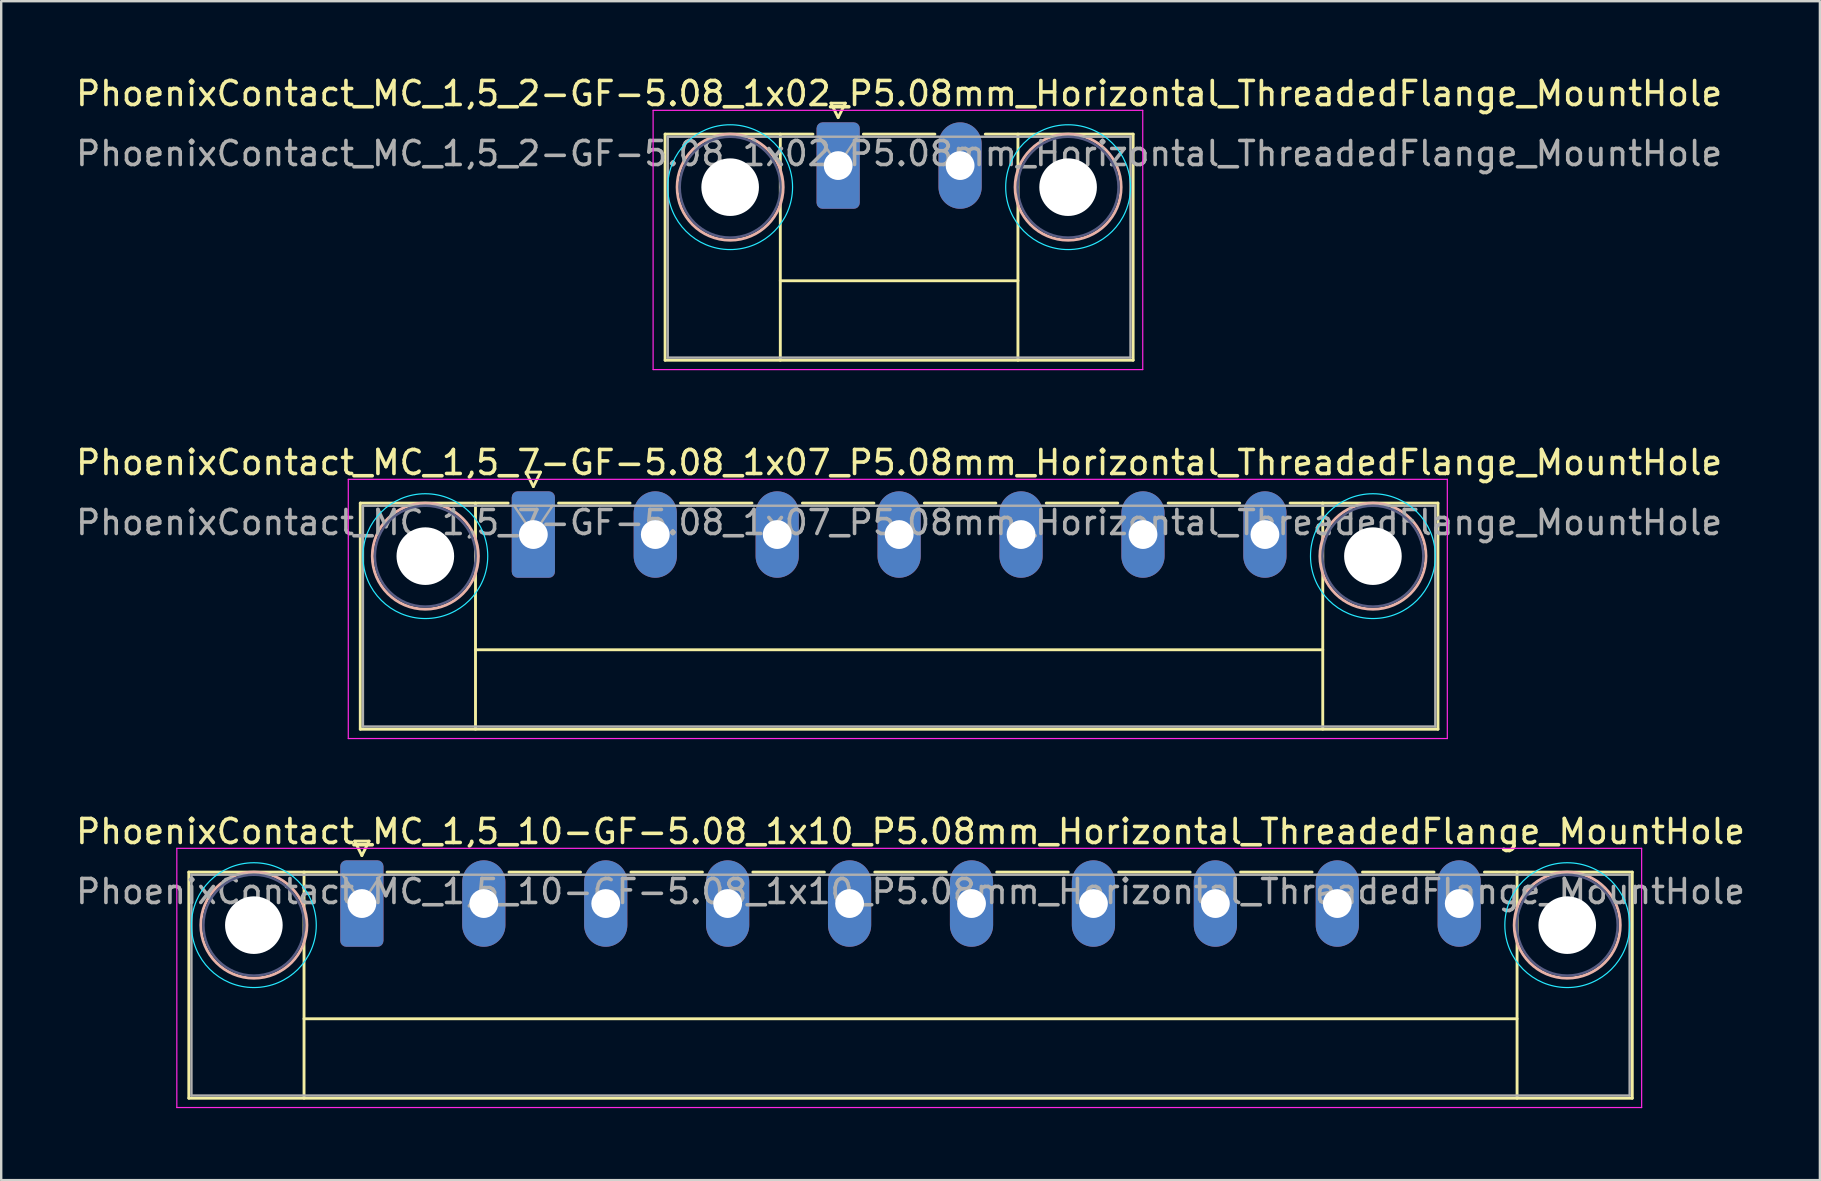
<source format=kicad_pcb>
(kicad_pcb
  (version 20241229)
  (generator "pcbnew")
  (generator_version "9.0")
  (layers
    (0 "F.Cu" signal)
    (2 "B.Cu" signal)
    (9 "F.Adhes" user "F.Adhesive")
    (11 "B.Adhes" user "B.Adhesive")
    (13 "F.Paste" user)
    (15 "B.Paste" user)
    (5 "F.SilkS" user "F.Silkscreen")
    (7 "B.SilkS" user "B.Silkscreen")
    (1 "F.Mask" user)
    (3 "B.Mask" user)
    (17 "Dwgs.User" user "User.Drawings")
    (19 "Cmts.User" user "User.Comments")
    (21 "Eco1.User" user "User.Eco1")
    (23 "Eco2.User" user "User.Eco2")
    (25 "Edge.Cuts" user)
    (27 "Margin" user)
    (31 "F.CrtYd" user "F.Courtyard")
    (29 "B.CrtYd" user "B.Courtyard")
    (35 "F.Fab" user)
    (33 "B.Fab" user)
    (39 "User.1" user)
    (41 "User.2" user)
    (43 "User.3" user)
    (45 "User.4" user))
  (footprint "PhoenixContact_MC_1,5_7-GF-5.08_1x07_P5.08mm_Horizontal_ThreadedFlange_MountHole"
    (layer "F.Cu")
    (at 19.171 19.221)
    (property "Reference" "PhoenixContact_MC_1,5_7-GF-5.08_1x07_P5.08mm_Horizontal_ThreadedFlange_MountHole" (at 15.24 -3 0) (layer "F.SilkS") (effects (font (size 1 1) (thickness 0.15))))
    (attr through_hole)
    (fp_line (start -7.21 -1.31) (end -7.21 8.11) (stroke (width 0.12) (type solid)) (layer "F.SilkS"))
    (fp_line (start -7.21 -1.31) (end -1.05 -1.31) (stroke (width 0.12) (type solid)) (layer "F.SilkS"))
    (fp_line (start -7.21 8.11) (end 37.69 8.11) (stroke (width 0.12) (type solid)) (layer "F.SilkS"))
    (fp_line (start -2.41 -1.31) (end -2.41 8.11) (stroke (width 0.12) (type solid)) (layer "F.SilkS"))
    (fp_line (start -2.41 4.8) (end 32.89 4.8) (stroke (width 0.12) (type solid)) (layer "F.SilkS"))
    (fp_line (start -0.3 -2.6) (end 0.3 -2.6) (stroke (width 0.12) (type solid)) (layer "F.SilkS"))
    (fp_line (start 0 -2) (end -0.3 -2.6) (stroke (width 0.12) (type solid)) (layer "F.SilkS"))
    (fp_line (start 0.3 -2.6) (end 0 -2) (stroke (width 0.12) (type solid)) (layer "F.SilkS"))
    (fp_line (start 1.05 -1.31) (end 4.03 -1.31) (stroke (width 0.12) (type solid)) (layer "F.SilkS"))
    (fp_line (start 6.13 -1.31) (end 9.11 -1.31) (stroke (width 0.12) (type solid)) (layer "F.SilkS"))
    (fp_line (start 11.21 -1.31) (end 14.19 -1.31) (stroke (width 0.12) (type solid)) (layer "F.SilkS"))
    (fp_line (start 16.29 -1.31) (end 19.27 -1.31) (stroke (width 0.12) (type solid)) (layer "F.SilkS"))
    (fp_line (start 21.37 -1.31) (end 24.35 -1.31) (stroke (width 0.12) (type solid)) (layer "F.SilkS"))
    (fp_line (start 26.45 -1.31) (end 29.43 -1.31) (stroke (width 0.12) (type solid)) (layer "F.SilkS"))
    (fp_line (start 32.89 -1.31) (end 32.89 8.11) (stroke (width 0.12) (type solid)) (layer "F.SilkS"))
    (fp_line (start 37.69 -1.31) (end 31.53 -1.31) (stroke (width 0.12) (type solid)) (layer "F.SilkS"))
    (fp_line (start 37.69 8.11) (end 37.69 -1.31) (stroke (width 0.12) (type solid)) (layer "F.SilkS"))
    (fp_circle (center -4.5 0.9) (end -2.29 0.9) (stroke (width 0.12) (type solid)) (fill no) (layer "B.SilkS"))
    (fp_circle (center 34.98 0.9) (end 37.19 0.9) (stroke (width 0.12) (type solid)) (fill no) (layer "B.SilkS"))
    (fp_circle (center -4.5 0.9) (end -1.9 0.9) (stroke (width 0.05) (type solid)) (fill no) (layer "B.CrtYd"))
    (fp_circle (center 34.98 0.9) (end 37.58 0.9) (stroke (width 0.05) (type solid)) (fill no) (layer "B.CrtYd"))
    (fp_line (start -7.71 -2.3) (end -7.71 8.5) (stroke (width 0.05) (type solid)) (layer "F.CrtYd"))
    (fp_line (start -7.71 8.5) (end 38.08 8.5) (stroke (width 0.05) (type solid)) (layer "F.CrtYd"))
    (fp_line (start 38.08 -2.3) (end -7.71 -2.3) (stroke (width 0.05) (type solid)) (layer "F.CrtYd"))
    (fp_line (start 38.08 8.5) (end 38.08 -2.3) (stroke (width 0.05) (type solid)) (layer "F.CrtYd"))
    (fp_circle (center -4.5 0.9) (end -2.4 0.9) (stroke (width 0.1) (type solid)) (fill no) (layer "B.Fab"))
    (fp_circle (center 34.98 0.9) (end 37.08 0.9) (stroke (width 0.1) (type solid)) (fill no) (layer "B.Fab"))
    (fp_line (start -7.1 -1.2) (end -7.1 8) (stroke (width 0.1) (type solid)) (layer "F.Fab"))
    (fp_line (start -7.1 8) (end 37.58 8) (stroke (width 0.1) (type solid)) (layer "F.Fab"))
    (fp_line (start 0 0) (end -0.8 -1.2) (stroke (width 0.1) (type solid)) (layer "F.Fab"))
    (fp_line (start 0.8 -1.2) (end 0 0) (stroke (width 0.1) (type solid)) (layer "F.Fab"))
    (fp_line (start 37.58 -1.2) (end -7.1 -1.2) (stroke (width 0.1) (type solid)) (layer "F.Fab"))
    (fp_line (start 37.58 8) (end 37.58 -1.2) (stroke (width 0.1) (type solid)) (layer "F.Fab"))
    (fp_text user "${REFERENCE}" (at 15.24 -0.5 0) (layer "F.Fab") (effects (font (size 1 1) (thickness 0.15))))
    (pad "" np_thru_hole circle (at -4.5 0.9) (size 2.4 2.4) (drill 2.4) (layers "*.Cu" "*.Mask"))
    (pad "" np_thru_hole circle (at 34.98 0.9) (size 2.4 2.4) (drill 2.4) (layers "*.Cu" "*.Mask"))
    (pad "1" thru_hole roundrect (at 0 0) (size 1.8 3.6) (drill 1.2) (layers "*.Cu" "*.Mask") (roundrect_rratio 0.139))
    (pad "2" thru_hole oval (at 5.08 0) (size 1.8 3.6) (drill 1.2) (layers "*.Cu" "*.Mask"))
    (pad "3" thru_hole oval (at 10.16 0) (size 1.8 3.6) (drill 1.2) (layers "*.Cu" "*.Mask"))
    (pad "4" thru_hole oval (at 15.24 0) (size 1.8 3.6) (drill 1.2) (layers "*.Cu" "*.Mask"))
    (pad "5" thru_hole oval (at 20.32 0) (size 1.8 3.6) (drill 1.2) (layers "*.Cu" "*.Mask"))
    (pad "6" thru_hole oval (at 25.4 0) (size 1.8 3.6) (drill 1.2) (layers "*.Cu" "*.Mask"))
    (pad "7" thru_hole oval (at 30.48 0) (size 1.8 3.6) (drill 1.2) (layers "*.Cu" "*.Mask")))
  (footprint "PhoenixContact_MC_1,5_10-GF-5.08_1x10_P5.08mm_Horizontal_ThreadedFlange_MountHole"
    (layer "F.Cu")
    (at 12.027 34.595)
    (property "Reference" "PhoenixContact_MC_1,5_10-GF-5.08_1x10_P5.08mm_Horizontal_ThreadedFlange_MountHole" (at 22.86 -3 0) (layer "F.SilkS") (effects (font (size 1 1) (thickness 0.15))))
    (attr through_hole)
    (fp_line (start -7.21 -1.31) (end -7.21 8.11) (stroke (width 0.12) (type solid)) (layer "F.SilkS"))
    (fp_line (start -7.21 -1.31) (end -1.05 -1.31) (stroke (width 0.12) (type solid)) (layer "F.SilkS"))
    (fp_line (start -7.21 8.11) (end 52.93 8.11) (stroke (width 0.12) (type solid)) (layer "F.SilkS"))
    (fp_line (start -2.41 -1.31) (end -2.41 8.11) (stroke (width 0.12) (type solid)) (layer "F.SilkS"))
    (fp_line (start -2.41 4.8) (end 48.13 4.8) (stroke (width 0.12) (type solid)) (layer "F.SilkS"))
    (fp_line (start -0.3 -2.6) (end 0.3 -2.6) (stroke (width 0.12) (type solid)) (layer "F.SilkS"))
    (fp_line (start 0 -2) (end -0.3 -2.6) (stroke (width 0.12) (type solid)) (layer "F.SilkS"))
    (fp_line (start 0.3 -2.6) (end 0 -2) (stroke (width 0.12) (type solid)) (layer "F.SilkS"))
    (fp_line (start 1.05 -1.31) (end 4.03 -1.31) (stroke (width 0.12) (type solid)) (layer "F.SilkS"))
    (fp_line (start 6.13 -1.31) (end 9.11 -1.31) (stroke (width 0.12) (type solid)) (layer "F.SilkS"))
    (fp_line (start 11.21 -1.31) (end 14.19 -1.31) (stroke (width 0.12) (type solid)) (layer "F.SilkS"))
    (fp_line (start 16.29 -1.31) (end 19.27 -1.31) (stroke (width 0.12) (type solid)) (layer "F.SilkS"))
    (fp_line (start 21.37 -1.31) (end 24.35 -1.31) (stroke (width 0.12) (type solid)) (layer "F.SilkS"))
    (fp_line (start 26.45 -1.31) (end 29.43 -1.31) (stroke (width 0.12) (type solid)) (layer "F.SilkS"))
    (fp_line (start 31.53 -1.31) (end 34.51 -1.31) (stroke (width 0.12) (type solid)) (layer "F.SilkS"))
    (fp_line (start 36.61 -1.31) (end 39.59 -1.31) (stroke (width 0.12) (type solid)) (layer "F.SilkS"))
    (fp_line (start 41.69 -1.31) (end 44.67 -1.31) (stroke (width 0.12) (type solid)) (layer "F.SilkS"))
    (fp_line (start 48.13 -1.31) (end 48.13 8.11) (stroke (width 0.12) (type solid)) (layer "F.SilkS"))
    (fp_line (start 52.93 -1.31) (end 46.77 -1.31) (stroke (width 0.12) (type solid)) (layer "F.SilkS"))
    (fp_line (start 52.93 8.11) (end 52.93 -1.31) (stroke (width 0.12) (type solid)) (layer "F.SilkS"))
    (fp_circle (center -4.5 0.9) (end -2.29 0.9) (stroke (width 0.12) (type solid)) (fill no) (layer "B.SilkS"))
    (fp_circle (center 50.22 0.9) (end 52.43 0.9) (stroke (width 0.12) (type solid)) (fill no) (layer "B.SilkS"))
    (fp_circle (center -4.5 0.9) (end -1.9 0.9) (stroke (width 0.05) (type solid)) (fill no) (layer "B.CrtYd"))
    (fp_circle (center 50.22 0.9) (end 52.82 0.9) (stroke (width 0.05) (type solid)) (fill no) (layer "B.CrtYd"))
    (fp_line (start -7.71 -2.3) (end -7.71 8.5) (stroke (width 0.05) (type solid)) (layer "F.CrtYd"))
    (fp_line (start -7.71 8.5) (end 53.32 8.5) (stroke (width 0.05) (type solid)) (layer "F.CrtYd"))
    (fp_line (start 53.32 -2.3) (end -7.71 -2.3) (stroke (width 0.05) (type solid)) (layer "F.CrtYd"))
    (fp_line (start 53.32 8.5) (end 53.32 -2.3) (stroke (width 0.05) (type solid)) (layer "F.CrtYd"))
    (fp_circle (center -4.5 0.9) (end -2.4 0.9) (stroke (width 0.1) (type solid)) (fill no) (layer "B.Fab"))
    (fp_circle (center 50.22 0.9) (end 52.32 0.9) (stroke (width 0.1) (type solid)) (fill no) (layer "B.Fab"))
    (fp_line (start -7.1 -1.2) (end -7.1 8) (stroke (width 0.1) (type solid)) (layer "F.Fab"))
    (fp_line (start -7.1 8) (end 52.82 8) (stroke (width 0.1) (type solid)) (layer "F.Fab"))
    (fp_line (start 0 0) (end -0.8 -1.2) (stroke (width 0.1) (type solid)) (layer "F.Fab"))
    (fp_line (start 0.8 -1.2) (end 0 0) (stroke (width 0.1) (type solid)) (layer "F.Fab"))
    (fp_line (start 52.82 -1.2) (end -7.1 -1.2) (stroke (width 0.1) (type solid)) (layer "F.Fab"))
    (fp_line (start 52.82 8) (end 52.82 -1.2) (stroke (width 0.1) (type solid)) (layer "F.Fab"))
    (fp_text user "${REFERENCE}" (at 22.86 -0.5 0) (layer "F.Fab") (effects (font (size 1 1) (thickness 0.15))))
    (pad "" np_thru_hole circle (at -4.5 0.9) (size 2.4 2.4) (drill 2.4) (layers "*.Cu" "*.Mask"))
    (pad "" np_thru_hole circle (at 50.22 0.9) (size 2.4 2.4) (drill 2.4) (layers "*.Cu" "*.Mask"))
    (pad "1" thru_hole roundrect (at 0 0) (size 1.8 3.6) (drill 1.2) (layers "*.Cu" "*.Mask") (roundrect_rratio 0.139))
    (pad "2" thru_hole oval (at 5.08 0) (size 1.8 3.6) (drill 1.2) (layers "*.Cu" "*.Mask"))
    (pad "3" thru_hole oval (at 10.16 0) (size 1.8 3.6) (drill 1.2) (layers "*.Cu" "*.Mask"))
    (pad "4" thru_hole oval (at 15.24 0) (size 1.8 3.6) (drill 1.2) (layers "*.Cu" "*.Mask"))
    (pad "5" thru_hole oval (at 20.32 0) (size 1.8 3.6) (drill 1.2) (layers "*.Cu" "*.Mask"))
    (pad "6" thru_hole oval (at 25.4 0) (size 1.8 3.6) (drill 1.2) (layers "*.Cu" "*.Mask"))
    (pad "7" thru_hole oval (at 30.48 0) (size 1.8 3.6) (drill 1.2) (layers "*.Cu" "*.Mask"))
    (pad "8" thru_hole oval (at 35.56 0) (size 1.8 3.6) (drill 1.2) (layers "*.Cu" "*.Mask"))
    (pad "9" thru_hole oval (at 40.64 0) (size 1.8 3.6) (drill 1.2) (layers "*.Cu" "*.Mask"))
    (pad "10" thru_hole oval (at 45.72 0) (size 1.8 3.6) (drill 1.2) (layers "*.Cu" "*.Mask")))
  (footprint "PhoenixContact_MC_1,5_2-GF-5.08_1x02_P5.08mm_Horizontal_ThreadedFlange_MountHole"
    (layer "F.Cu")
    (at 31.871 3.848)
    (property "Reference" "PhoenixContact_MC_1,5_2-GF-5.08_1x02_P5.08mm_Horizontal_ThreadedFlange_MountHole" (at 2.54 -3 0) (layer "F.SilkS") (effects (font (size 1 1) (thickness 0.15))))
    (attr through_hole)
    (fp_line (start -7.21 -1.31) (end -7.21 8.11) (stroke (width 0.12) (type solid)) (layer "F.SilkS"))
    (fp_line (start -7.21 -1.31) (end -1.05 -1.31) (stroke (width 0.12) (type solid)) (layer "F.SilkS"))
    (fp_line (start -7.21 8.11) (end 12.29 8.11) (stroke (width 0.12) (type solid)) (layer "F.SilkS"))
    (fp_line (start -2.41 -1.31) (end -2.41 8.11) (stroke (width 0.12) (type solid)) (layer "F.SilkS"))
    (fp_line (start -2.41 4.8) (end 7.49 4.8) (stroke (width 0.12) (type solid)) (layer "F.SilkS"))
    (fp_line (start -0.3 -2.6) (end 0.3 -2.6) (stroke (width 0.12) (type solid)) (layer "F.SilkS"))
    (fp_line (start 0 -2) (end -0.3 -2.6) (stroke (width 0.12) (type solid)) (layer "F.SilkS"))
    (fp_line (start 0.3 -2.6) (end 0 -2) (stroke (width 0.12) (type solid)) (layer "F.SilkS"))
    (fp_line (start 1.05 -1.31) (end 4.03 -1.31) (stroke (width 0.12) (type solid)) (layer "F.SilkS"))
    (fp_line (start 7.49 -1.31) (end 7.49 8.11) (stroke (width 0.12) (type solid)) (layer "F.SilkS"))
    (fp_line (start 12.29 -1.31) (end 6.13 -1.31) (stroke (width 0.12) (type solid)) (layer "F.SilkS"))
    (fp_line (start 12.29 8.11) (end 12.29 -1.31) (stroke (width 0.12) (type solid)) (layer "F.SilkS"))
    (fp_circle (center -4.5 0.9) (end -2.29 0.9) (stroke (width 0.12) (type solid)) (fill no) (layer "B.SilkS"))
    (fp_circle (center 9.58 0.9) (end 11.79 0.9) (stroke (width 0.12) (type solid)) (fill no) (layer "B.SilkS"))
    (fp_circle (center -4.5 0.9) (end -1.9 0.9) (stroke (width 0.05) (type solid)) (fill no) (layer "B.CrtYd"))
    (fp_circle (center 9.58 0.9) (end 12.18 0.9) (stroke (width 0.05) (type solid)) (fill no) (layer "B.CrtYd"))
    (fp_line (start -7.71 -2.3) (end -7.71 8.5) (stroke (width 0.05) (type solid)) (layer "F.CrtYd"))
    (fp_line (start -7.71 8.5) (end 12.69 8.5) (stroke (width 0.05) (type solid)) (layer "F.CrtYd"))
    (fp_line (start 12.69 -2.3) (end -7.71 -2.3) (stroke (width 0.05) (type solid)) (layer "F.CrtYd"))
    (fp_line (start 12.69 8.5) (end 12.69 -2.3) (stroke (width 0.05) (type solid)) (layer "F.CrtYd"))
    (fp_circle (center -4.5 0.9) (end -2.4 0.9) (stroke (width 0.1) (type solid)) (fill no) (layer "B.Fab"))
    (fp_circle (center 9.58 0.9) (end 11.68 0.9) (stroke (width 0.1) (type solid)) (fill no) (layer "B.Fab"))
    (fp_line (start -7.1 -1.2) (end -7.1 8) (stroke (width 0.1) (type solid)) (layer "F.Fab"))
    (fp_line (start -7.1 8) (end 12.18 8) (stroke (width 0.1) (type solid)) (layer "F.Fab"))
    (fp_line (start 0 0) (end -0.8 -1.2) (stroke (width 0.1) (type solid)) (layer "F.Fab"))
    (fp_line (start 0.8 -1.2) (end 0 0) (stroke (width 0.1) (type solid)) (layer "F.Fab"))
    (fp_line (start 12.18 -1.2) (end -7.1 -1.2) (stroke (width 0.1) (type solid)) (layer "F.Fab"))
    (fp_line (start 12.18 8) (end 12.18 -1.2) (stroke (width 0.1) (type solid)) (layer "F.Fab"))
    (fp_text user "${REFERENCE}" (at 2.54 -0.5 0) (layer "F.Fab") (effects (font (size 1 1) (thickness 0.15))))
    (pad "" np_thru_hole circle (at -4.5 0.9) (size 2.4 2.4) (drill 2.4) (layers "*.Cu" "*.Mask"))
    (pad "" np_thru_hole circle (at 9.58 0.9) (size 2.4 2.4) (drill 2.4) (layers "*.Cu" "*.Mask"))
    (pad "1" thru_hole roundrect (at 0 0) (size 1.8 3.6) (drill 1.2) (layers "*.Cu" "*.Mask") (roundrect_rratio 0.139))
    (pad "2" thru_hole oval (at 5.08 0) (size 1.8 3.6) (drill 1.2) (layers "*.Cu" "*.Mask")))
  (gr_rect
    (start -3 -3)
    (end 72.774 46.12)
    (stroke (width 0.1) (type default))
    (fill no)
    (layer "Edge.Cuts")))
</source>
